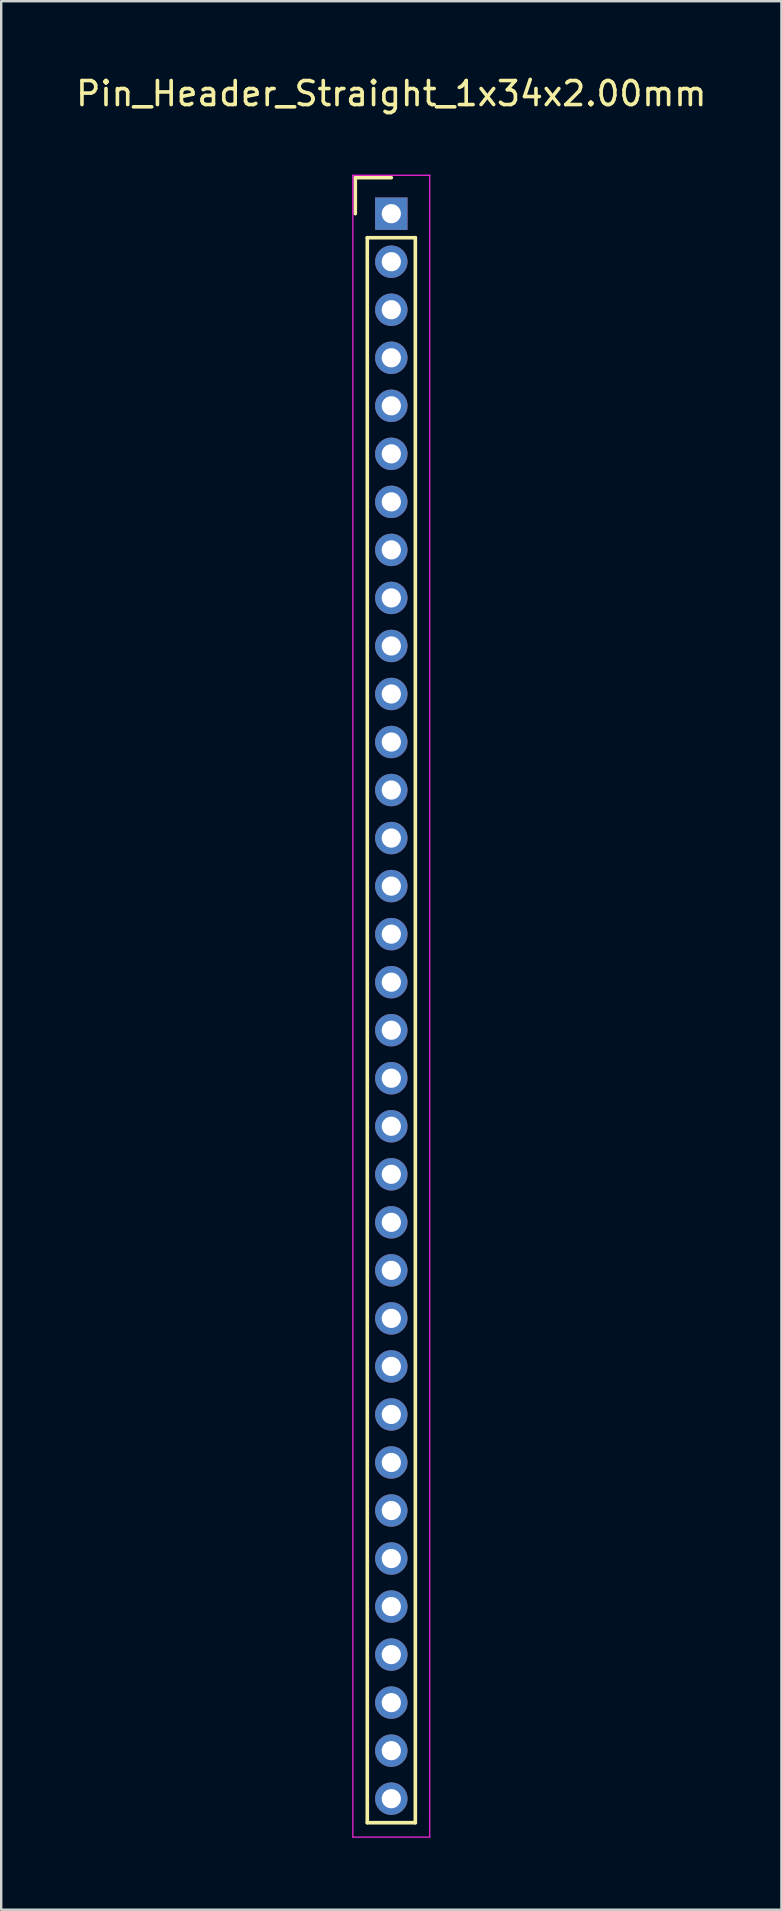
<source format=kicad_pcb>
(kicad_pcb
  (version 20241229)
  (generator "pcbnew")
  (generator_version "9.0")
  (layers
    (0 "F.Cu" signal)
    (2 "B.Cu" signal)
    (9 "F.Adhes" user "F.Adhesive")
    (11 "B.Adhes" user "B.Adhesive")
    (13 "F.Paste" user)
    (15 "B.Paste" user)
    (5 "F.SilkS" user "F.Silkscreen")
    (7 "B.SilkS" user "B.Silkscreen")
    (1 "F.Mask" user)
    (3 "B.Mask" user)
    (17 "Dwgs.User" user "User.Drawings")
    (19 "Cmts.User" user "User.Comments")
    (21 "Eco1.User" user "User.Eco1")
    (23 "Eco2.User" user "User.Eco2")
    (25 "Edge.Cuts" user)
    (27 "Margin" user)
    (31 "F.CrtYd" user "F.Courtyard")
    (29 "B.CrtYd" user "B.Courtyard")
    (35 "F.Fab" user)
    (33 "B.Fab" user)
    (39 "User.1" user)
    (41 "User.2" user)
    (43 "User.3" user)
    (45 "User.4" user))
  (footprint "Pin_Header_Straight_1x34x2.00mm"
    (layer "F.Cu")
    (at 13.244 5.848)
    (property "Reference" "Pin_Header_Straight_1x34x2.00mm" (at 0 -5 0) (layer "F.SilkS") (effects (font (size 1 1) (thickness 0.15))))
    (attr through_hole)
    (fp_line (start -1.5 -1.5) (end 0 -1.5) (stroke (width 0.15) (type solid)) (layer "F.SilkS"))
    (fp_line (start -1.5 0) (end -1.5 -1.5) (stroke (width 0.15) (type solid)) (layer "F.SilkS"))
    (fp_line (start -1 1) (end 1 1) (stroke (width 0.15) (type solid)) (layer "F.SilkS"))
    (fp_line (start -1 67) (end -1 1) (stroke (width 0.15) (type solid)) (layer "F.SilkS"))
    (fp_line (start 1 1) (end 1 67) (stroke (width 0.15) (type solid)) (layer "F.SilkS"))
    (fp_line (start 1 67) (end -1 67) (stroke (width 0.15) (type solid)) (layer "F.SilkS"))
    (fp_line (start -1.6 -1.6) (end 1.6 -1.6) (stroke (width 0.05) (type solid)) (layer "F.CrtYd"))
    (fp_line (start -1.6 67.6) (end -1.6 -1.6) (stroke (width 0.05) (type solid)) (layer "F.CrtYd"))
    (fp_line (start 1.6 -1.6) (end 1.6 67.6) (stroke (width 0.05) (type solid)) (layer "F.CrtYd"))
    (fp_line (start 1.6 67.6) (end -1.6 67.6) (stroke (width 0.05) (type solid)) (layer "F.CrtYd"))
    (pad "1" thru_hole rect (at 0 0) (size 1.35 1.35) (drill 0.8) (layers "*.Cu" "*.Mask"))
    (pad "2" thru_hole circle (at 0 2) (size 1.35 1.35) (drill 0.8) (layers "*.Cu" "*.Mask"))
    (pad "3" thru_hole circle (at 0 4) (size 1.35 1.35) (drill 0.8) (layers "*.Cu" "*.Mask"))
    (pad "4" thru_hole circle (at 0 6) (size 1.35 1.35) (drill 0.8) (layers "*.Cu" "*.Mask"))
    (pad "5" thru_hole circle (at 0 8) (size 1.35 1.35) (drill 0.8) (layers "*.Cu" "*.Mask"))
    (pad "6" thru_hole circle (at 0 10) (size 1.35 1.35) (drill 0.8) (layers "*.Cu" "*.Mask"))
    (pad "7" thru_hole circle (at 0 12) (size 1.35 1.35) (drill 0.8) (layers "*.Cu" "*.Mask"))
    (pad "8" thru_hole circle (at 0 14) (size 1.35 1.35) (drill 0.8) (layers "*.Cu" "*.Mask"))
    (pad "9" thru_hole circle (at 0 16) (size 1.35 1.35) (drill 0.8) (layers "*.Cu" "*.Mask"))
    (pad "10" thru_hole circle (at 0 18) (size 1.35 1.35) (drill 0.8) (layers "*.Cu" "*.Mask"))
    (pad "11" thru_hole circle (at 0 20) (size 1.35 1.35) (drill 0.8) (layers "*.Cu" "*.Mask"))
    (pad "12" thru_hole circle (at 0 22) (size 1.35 1.35) (drill 0.8) (layers "*.Cu" "*.Mask"))
    (pad "13" thru_hole circle (at 0 24) (size 1.35 1.35) (drill 0.8) (layers "*.Cu" "*.Mask"))
    (pad "14" thru_hole circle (at 0 26) (size 1.35 1.35) (drill 0.8) (layers "*.Cu" "*.Mask"))
    (pad "15" thru_hole circle (at 0 28) (size 1.35 1.35) (drill 0.8) (layers "*.Cu" "*.Mask"))
    (pad "16" thru_hole circle (at 0 30) (size 1.35 1.35) (drill 0.8) (layers "*.Cu" "*.Mask"))
    (pad "17" thru_hole circle (at 0 32) (size 1.35 1.35) (drill 0.8) (layers "*.Cu" "*.Mask"))
    (pad "18" thru_hole circle (at 0 34) (size 1.35 1.35) (drill 0.8) (layers "*.Cu" "*.Mask"))
    (pad "19" thru_hole circle (at 0 36) (size 1.35 1.35) (drill 0.8) (layers "*.Cu" "*.Mask"))
    (pad "20" thru_hole circle (at 0 38) (size 1.35 1.35) (drill 0.8) (layers "*.Cu" "*.Mask"))
    (pad "21" thru_hole circle (at 0 40) (size 1.35 1.35) (drill 0.8) (layers "*.Cu" "*.Mask"))
    (pad "22" thru_hole circle (at 0 42) (size 1.35 1.35) (drill 0.8) (layers "*.Cu" "*.Mask"))
    (pad "23" thru_hole circle (at 0 44) (size 1.35 1.35) (drill 0.8) (layers "*.Cu" "*.Mask"))
    (pad "24" thru_hole circle (at 0 46) (size 1.35 1.35) (drill 0.8) (layers "*.Cu" "*.Mask"))
    (pad "25" thru_hole circle (at 0 48) (size 1.35 1.35) (drill 0.8) (layers "*.Cu" "*.Mask"))
    (pad "26" thru_hole circle (at 0 50) (size 1.35 1.35) (drill 0.8) (layers "*.Cu" "*.Mask"))
    (pad "27" thru_hole circle (at 0 52) (size 1.35 1.35) (drill 0.8) (layers "*.Cu" "*.Mask"))
    (pad "28" thru_hole circle (at 0 54) (size 1.35 1.35) (drill 0.8) (layers "*.Cu" "*.Mask"))
    (pad "29" thru_hole circle (at 0 56) (size 1.35 1.35) (drill 0.8) (layers "*.Cu" "*.Mask"))
    (pad "30" thru_hole circle (at 0 58) (size 1.35 1.35) (drill 0.8) (layers "*.Cu" "*.Mask"))
    (pad "31" thru_hole circle (at 0 60) (size 1.35 1.35) (drill 0.8) (layers "*.Cu" "*.Mask"))
    (pad "32" thru_hole circle (at 0 62) (size 1.35 1.35) (drill 0.8) (layers "*.Cu" "*.Mask"))
    (pad "33" thru_hole circle (at 0 64) (size 1.35 1.35) (drill 0.8) (layers "*.Cu" "*.Mask"))
    (pad "34" thru_hole circle (at 0 66) (size 1.35 1.35) (drill 0.8) (layers "*.Cu" "*.Mask")))
  (gr_rect
    (start -3 -3)
    (end 29.488 76.473)
    (stroke (width 0.1) (type default))
    (fill no)
    (layer "Edge.Cuts")))
</source>
